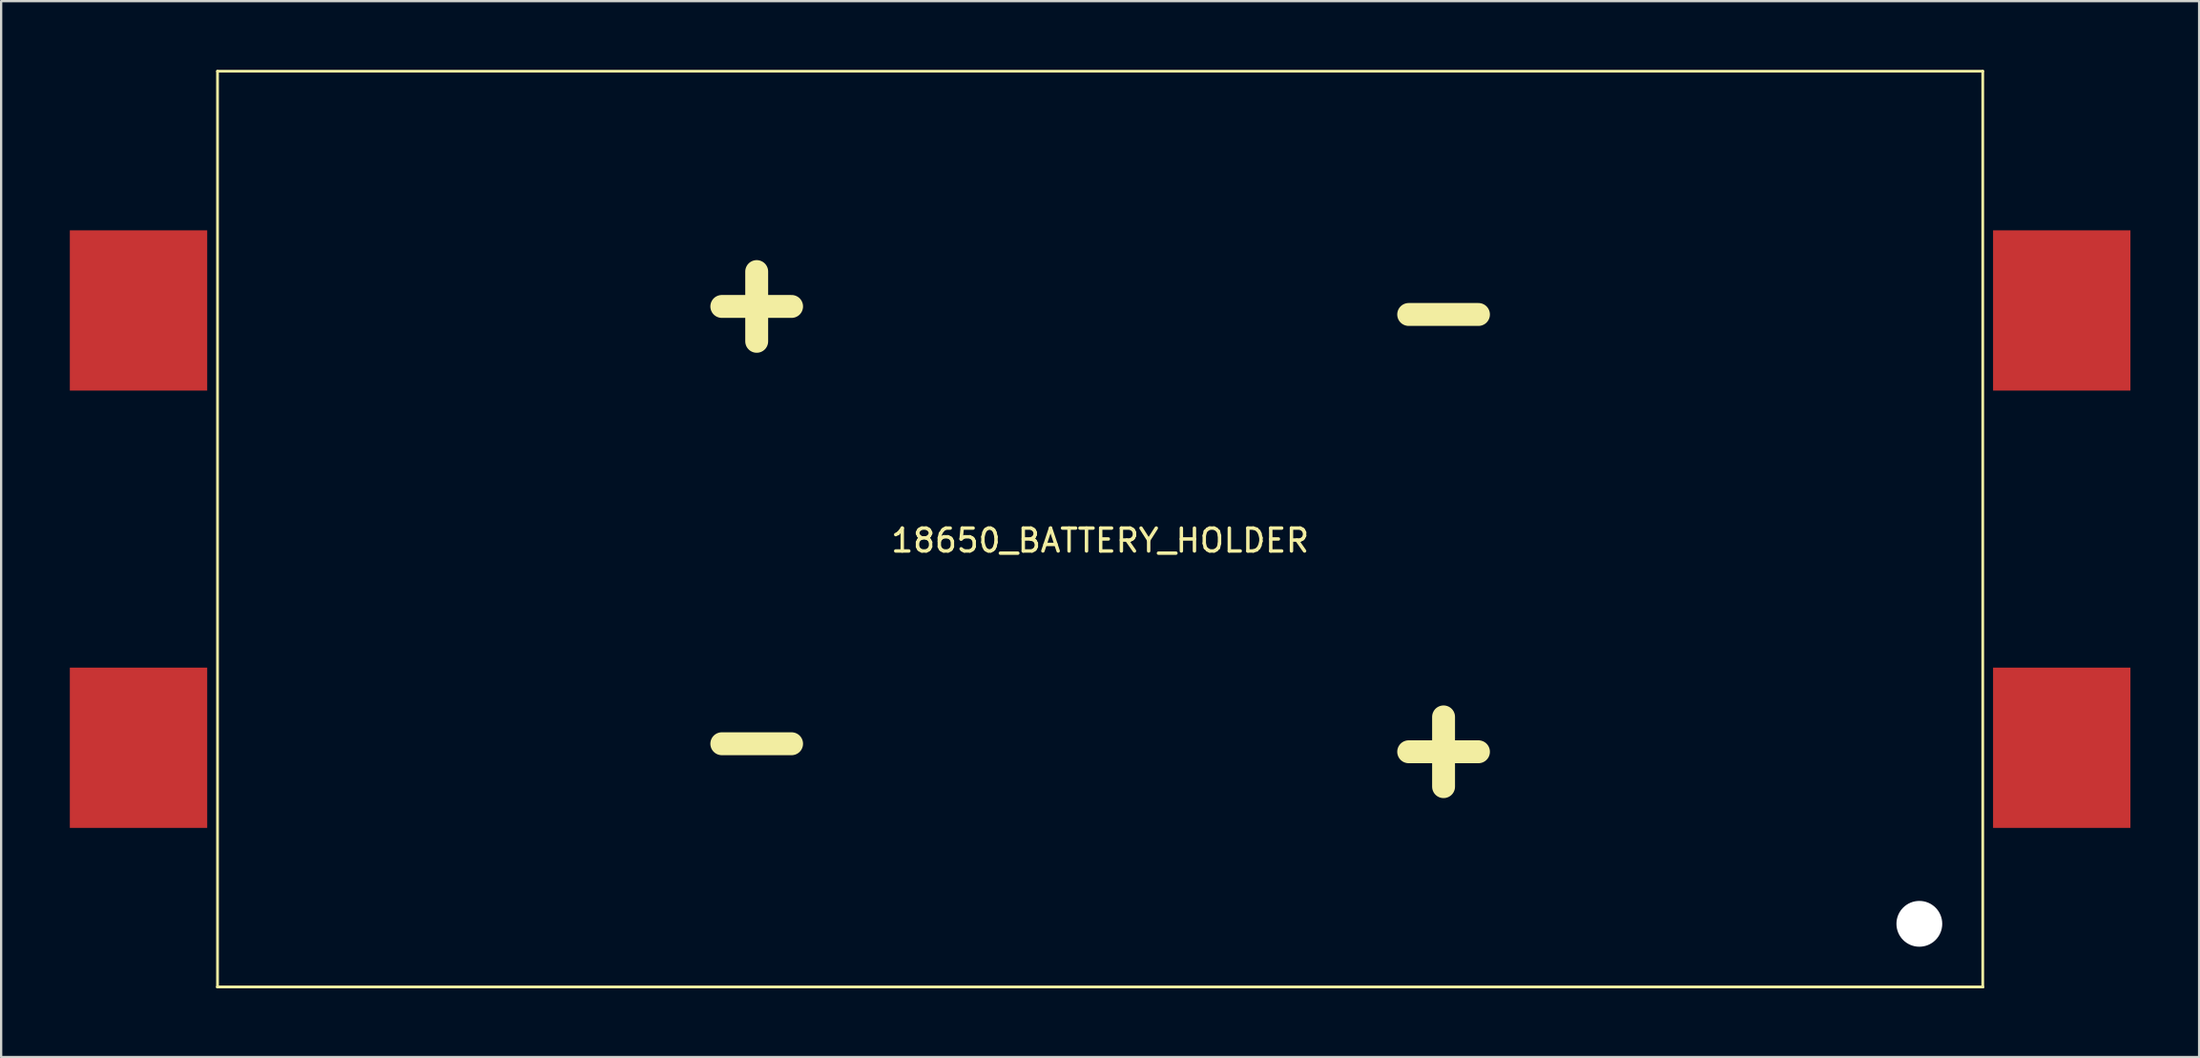
<source format=kicad_pcb>
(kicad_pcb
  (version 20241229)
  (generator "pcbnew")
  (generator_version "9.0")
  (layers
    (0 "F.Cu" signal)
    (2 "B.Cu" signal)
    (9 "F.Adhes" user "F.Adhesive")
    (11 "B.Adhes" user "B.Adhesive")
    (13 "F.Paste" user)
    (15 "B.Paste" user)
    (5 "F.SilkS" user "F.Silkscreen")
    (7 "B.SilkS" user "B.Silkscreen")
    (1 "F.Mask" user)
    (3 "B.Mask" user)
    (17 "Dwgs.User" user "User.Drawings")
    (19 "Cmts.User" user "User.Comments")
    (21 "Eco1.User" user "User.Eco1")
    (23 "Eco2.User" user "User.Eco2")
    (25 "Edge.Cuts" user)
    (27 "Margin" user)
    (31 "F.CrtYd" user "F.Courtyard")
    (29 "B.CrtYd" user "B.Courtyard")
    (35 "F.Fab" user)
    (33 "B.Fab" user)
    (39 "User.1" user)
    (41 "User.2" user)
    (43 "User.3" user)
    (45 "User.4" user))
  (footprint "18650_BATTERY_HOLDER"
    (layer "F.Cu")
    (at 45 20.06)
    (property "Reference" "18650_BATTERY_HOLDER" (at 0 0.5 0) (layer "F.SilkS") (effects (font (size 1 1) (thickness 0.15))))
    (attr through_hole)
    (fp_line (start -38.55 20) (end -38.55 -20) (stroke (width 0.12) (type solid)) (layer "F.SilkS"))
    (fp_line (start -38.55 20) (end 38.55 20) (stroke (width 0.12) (type solid)) (layer "F.SilkS"))
    (fp_line (start 38.55 -20) (end -38.55 -20) (stroke (width 0.12) (type solid)) (layer "F.SilkS"))
    (fp_line (start 38.55 -20) (end 38.55 20) (stroke (width 0.12) (type solid)) (layer "F.SilkS"))
    (fp_line (start 38.55 20) (end -38.55 20) (stroke (width 0.12) (type solid)) (layer "F.SilkS"))
    (fp_text user "-" (at 15 -9.1 180) (unlocked yes) (layer "F.SilkS") (effects (font (size 4 4) (thickness 1))))
    (fp_text user "+" (at 15 10 180) (unlocked yes) (layer "F.SilkS") (effects (font (size 4 4) (thickness 1))))
    (fp_text user "+" (at -15 -10 0) (layer "F.SilkS") (effects (font (size 4 4) (thickness 1))))
    (fp_text user "-" (at -15 9.1 0) (unlocked yes) (layer "F.SilkS") (effects (font (size 4 4) (thickness 1))))
    (pad "" np_thru_hole circle (at 35.78 17.24 180) (size 2 2) (drill 2) (layers "*.Cu" "*.Mask"))
    (pad "1" smd rect (at -42 -9.55) (size 6 7) (layers "F.Cu" "F.Mask" "F.Paste"))
    (pad "2" smd rect (at 42 -9.55) (size 6 7) (layers "F.Cu" "F.Mask" "F.Paste"))
    (pad "3" smd rect (at 42 9.55 180) (size 6 7) (layers "F.Cu" "F.Mask" "F.Paste"))
    (pad "4" smd rect (at -42 9.55) (size 6 7) (layers "F.Cu" "F.Mask" "F.Paste")))
  (gr_rect
    (start -3 -3)
    (end 93 43.12)
    (stroke (width 0.1) (type default))
    (fill no)
    (layer "Edge.Cuts")))
</source>
